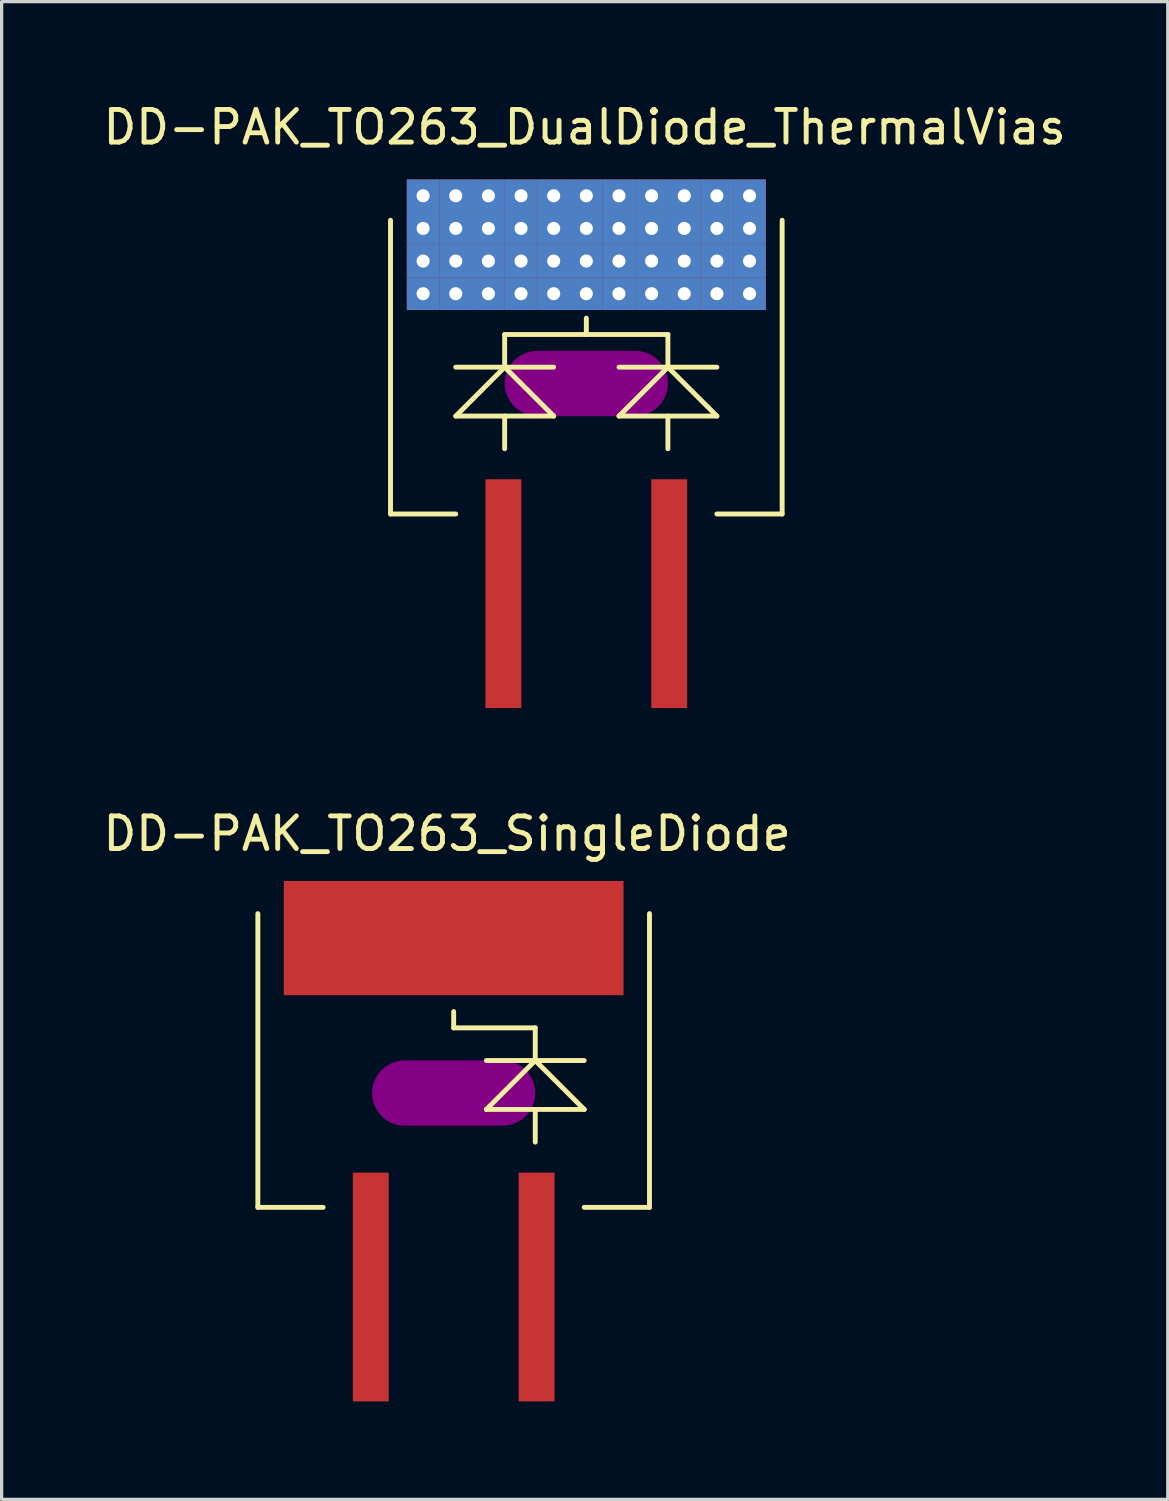
<source format=kicad_pcb>
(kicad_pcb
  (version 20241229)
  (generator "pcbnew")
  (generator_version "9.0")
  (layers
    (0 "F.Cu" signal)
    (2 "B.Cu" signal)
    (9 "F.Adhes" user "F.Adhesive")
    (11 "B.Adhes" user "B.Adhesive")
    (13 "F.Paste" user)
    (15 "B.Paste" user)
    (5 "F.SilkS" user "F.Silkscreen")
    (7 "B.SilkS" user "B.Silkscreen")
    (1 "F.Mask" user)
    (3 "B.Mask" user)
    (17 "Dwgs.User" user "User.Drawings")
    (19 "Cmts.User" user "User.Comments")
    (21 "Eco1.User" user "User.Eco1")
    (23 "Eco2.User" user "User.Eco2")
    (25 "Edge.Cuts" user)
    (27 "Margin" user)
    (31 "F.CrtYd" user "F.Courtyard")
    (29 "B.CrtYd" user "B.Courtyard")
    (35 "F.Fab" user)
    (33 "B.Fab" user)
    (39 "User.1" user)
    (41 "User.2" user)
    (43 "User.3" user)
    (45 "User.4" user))
  (footprint "DD-PAK_TO263_DualDiode_ThermalVias"
    (layer "F.Cu")
    (at 14.913 10.698)
    (property "Reference" "DD-PAK_TO263_DualDiode_ThermalVias" (at -0.05 -9.85 0) (layer "F.SilkS") (effects (font (size 1 1) (thickness 0.15))))
    (attr smd)
    (fp_line (start -5.5 -8.25) (end 5.5 -8.25) (stroke (width 0.45) (type solid)) (layer "F.Mask"))
    (fp_line (start -5.5 -4.25) (end -5.5 -8.25) (stroke (width 0.45) (type solid)) (layer "F.Mask"))
    (fp_line (start -5.25 -7.25) (end 5.25 -7.25) (stroke (width 0.45) (type solid)) (layer "F.Mask"))
    (fp_line (start -5.25 -6.25) (end 5.25 -6.25) (stroke (width 0.45) (type solid)) (layer "F.Mask"))
    (fp_line (start -5.25 -5.25) (end 5.25 -5.25) (stroke (width 0.45) (type solid)) (layer "F.Mask"))
    (fp_line (start -4.5 -8.05) (end -4.5 -4.5) (stroke (width 0.45) (type solid)) (layer "F.Mask"))
    (fp_line (start -3.5 -8.05) (end -3.5 -4.5) (stroke (width 0.45) (type solid)) (layer "F.Mask"))
    (fp_line (start -2.5 -8.05) (end -2.5 -4.5) (stroke (width 0.45) (type solid)) (layer "F.Mask"))
    (fp_line (start -1.5 -8.05) (end -1.5 -4.5) (stroke (width 0.45) (type solid)) (layer "F.Mask"))
    (fp_line (start -0.5 -8.05) (end -0.5 -4.5) (stroke (width 0.45) (type solid)) (layer "F.Mask"))
    (fp_line (start 0.5 -8.05) (end 0.5 -4.5) (stroke (width 0.45) (type solid)) (layer "F.Mask"))
    (fp_line (start 1.5 -8.05) (end 1.5 -4.5) (stroke (width 0.45) (type solid)) (layer "F.Mask"))
    (fp_line (start 2.5 -8.05) (end 2.5 -4.5) (stroke (width 0.45) (type solid)) (layer "F.Mask"))
    (fp_line (start 3.5 -8.05) (end 3.5 -4.5) (stroke (width 0.45) (type solid)) (layer "F.Mask"))
    (fp_line (start 4.5 -8.05) (end 4.5 -4.5) (stroke (width 0.45) (type solid)) (layer "F.Mask"))
    (fp_line (start 5.5 -8.25) (end 5.5 -4.25) (stroke (width 0.45) (type solid)) (layer "F.Mask"))
    (fp_line (start 5.5 -4.25) (end -5.5 -4.25) (stroke (width 0.45) (type solid)) (layer "F.Mask"))
    (fp_circle (center -5 -7.75) (end -4.9 -7.75) (stroke (width 0.215) (type solid)) (fill no) (layer "F.Mask"))
    (fp_circle (center -5 -6.75) (end -4.9 -6.75) (stroke (width 0.215) (type solid)) (fill no) (layer "F.Mask"))
    (fp_circle (center -5 -5.75) (end -4.9 -5.75) (stroke (width 0.215) (type solid)) (fill no) (layer "F.Mask"))
    (fp_circle (center -5 -4.75) (end -4.9 -4.75) (stroke (width 0.215) (type solid)) (fill no) (layer "F.Mask"))
    (fp_circle (center -4 -7.75) (end -3.9 -7.75) (stroke (width 0.215) (type solid)) (fill no) (layer "F.Mask"))
    (fp_circle (center -4 -6.75) (end -3.9 -6.75) (stroke (width 0.215) (type solid)) (fill no) (layer "F.Mask"))
    (fp_circle (center -4 -5.75) (end -3.9 -5.75) (stroke (width 0.215) (type solid)) (fill no) (layer "F.Mask"))
    (fp_circle (center -4 -4.75) (end -3.9 -4.75) (stroke (width 0.215) (type solid)) (fill no) (layer "F.Mask"))
    (fp_circle (center -3 -7.75) (end -2.9 -7.75) (stroke (width 0.215) (type solid)) (fill no) (layer "F.Mask"))
    (fp_circle (center -3 -6.75) (end -2.9 -6.75) (stroke (width 0.215) (type solid)) (fill no) (layer "F.Mask"))
    (fp_circle (center -3 -5.75) (end -2.9 -5.75) (stroke (width 0.215) (type solid)) (fill no) (layer "F.Mask"))
    (fp_circle (center -3 -4.75) (end -2.9 -4.75) (stroke (width 0.215) (type solid)) (fill no) (layer "F.Mask"))
    (fp_circle (center -2 -7.75) (end -1.9 -7.75) (stroke (width 0.215) (type solid)) (fill no) (layer "F.Mask"))
    (fp_circle (center -2 -6.75) (end -1.9 -6.75) (stroke (width 0.215) (type solid)) (fill no) (layer "F.Mask"))
    (fp_circle (center -2 -5.75) (end -1.9 -5.75) (stroke (width 0.215) (type solid)) (fill no) (layer "F.Mask"))
    (fp_circle (center -2 -4.75) (end -1.9 -4.75) (stroke (width 0.215) (type solid)) (fill no) (layer "F.Mask"))
    (fp_circle (center -1 -7.75) (end -0.9 -7.75) (stroke (width 0.215) (type solid)) (fill no) (layer "F.Mask"))
    (fp_circle (center -1 -6.75) (end -0.9 -6.75) (stroke (width 0.215) (type solid)) (fill no) (layer "F.Mask"))
    (fp_circle (center -1 -5.75) (end -0.9 -5.75) (stroke (width 0.215) (type solid)) (fill no) (layer "F.Mask"))
    (fp_circle (center -1 -4.75) (end -0.9 -4.75) (stroke (width 0.215) (type solid)) (fill no) (layer "F.Mask"))
    (fp_circle (center 0 -7.75) (end 0.1 -7.75) (stroke (width 0.215) (type solid)) (fill no) (layer "F.Mask"))
    (fp_circle (center 0 -6.75) (end 0.1 -6.75) (stroke (width 0.215) (type solid)) (fill no) (layer "F.Mask"))
    (fp_circle (center 0 -5.75) (end 0.1 -5.75) (stroke (width 0.215) (type solid)) (fill no) (layer "F.Mask"))
    (fp_circle (center 0 -4.75) (end 0.1 -4.75) (stroke (width 0.215) (type solid)) (fill no) (layer "F.Mask"))
    (fp_circle (center 1 -7.75) (end 1.1 -7.75) (stroke (width 0.215) (type solid)) (fill no) (layer "F.Mask"))
    (fp_circle (center 1 -6.75) (end 1.1 -6.75) (stroke (width 0.215) (type solid)) (fill no) (layer "F.Mask"))
    (fp_circle (center 1 -5.75) (end 1.1 -5.75) (stroke (width 0.215) (type solid)) (fill no) (layer "F.Mask"))
    (fp_circle (center 1 -4.75) (end 1.1 -4.75) (stroke (width 0.215) (type solid)) (fill no) (layer "F.Mask"))
    (fp_circle (center 2 -7.75) (end 2.1 -7.75) (stroke (width 0.215) (type solid)) (fill no) (layer "F.Mask"))
    (fp_circle (center 2 -6.75) (end 2.1 -6.75) (stroke (width 0.215) (type solid)) (fill no) (layer "F.Mask"))
    (fp_circle (center 2 -5.75) (end 2.1 -5.75) (stroke (width 0.215) (type solid)) (fill no) (layer "F.Mask"))
    (fp_circle (center 2 -4.75) (end 2.1 -4.75) (stroke (width 0.215) (type solid)) (fill no) (layer "F.Mask"))
    (fp_circle (center 3 -7.75) (end 3.1 -7.75) (stroke (width 0.215) (type solid)) (fill no) (layer "F.Mask"))
    (fp_circle (center 3 -6.75) (end 3.1 -6.75) (stroke (width 0.215) (type solid)) (fill no) (layer "F.Mask"))
    (fp_circle (center 3 -5.75) (end 3.1 -5.75) (stroke (width 0.215) (type solid)) (fill no) (layer "F.Mask"))
    (fp_circle (center 3 -4.75) (end 3.1 -4.75) (stroke (width 0.215) (type solid)) (fill no) (layer "F.Mask"))
    (fp_circle (center 4 -7.75) (end 4.1 -7.75) (stroke (width 0.215) (type solid)) (fill no) (layer "F.Mask"))
    (fp_circle (center 4 -6.75) (end 4.1 -6.75) (stroke (width 0.215) (type solid)) (fill no) (layer "F.Mask"))
    (fp_circle (center 4 -5.75) (end 4.1 -5.75) (stroke (width 0.215) (type solid)) (fill no) (layer "F.Mask"))
    (fp_circle (center 4 -4.75) (end 4.1 -4.75) (stroke (width 0.215) (type solid)) (fill no) (layer "F.Mask"))
    (fp_circle (center 5 -7.75) (end 5.1 -7.75) (stroke (width 0.215) (type solid)) (fill no) (layer "F.Mask"))
    (fp_circle (center 5 -6.75) (end 5.1 -6.75) (stroke (width 0.215) (type solid)) (fill no) (layer "F.Mask"))
    (fp_circle (center 5 -5.75) (end 5.1 -5.75) (stroke (width 0.215) (type solid)) (fill no) (layer "F.Mask"))
    (fp_circle (center 5 -4.75) (end 5.1 -4.75) (stroke (width 0.215) (type solid)) (fill no) (layer "F.Mask"))
    (fp_line (start -5.999 -7) (end -5.999 1.999) (stroke (width 0.15) (type solid)) (layer "F.SilkS"))
    (fp_line (start -5.999 1.999) (end -4 1.999) (stroke (width 0.15) (type solid)) (layer "F.SilkS"))
    (fp_line (start -4 -2.499) (end -1.001 -2.499) (stroke (width 0.15) (type solid)) (layer "F.SilkS"))
    (fp_line (start -4 -1.001) (end -1.001 -1.001) (stroke (width 0.15) (type solid)) (layer "F.SilkS"))
    (fp_line (start -2.502 -2.499) (end -4 -1.001) (stroke (width 0.15) (type solid)) (layer "F.SilkS"))
    (fp_line (start -2.502 -2.499) (end -2.502 -3.5) (stroke (width 0.15) (type solid)) (layer "F.SilkS"))
    (fp_line (start -2.502 -1.001) (end -2.502 0) (stroke (width 0.15) (type solid)) (layer "F.SilkS"))
    (fp_line (start -2.499 -3.5) (end 0 -3.5) (stroke (width 0.15) (type solid)) (layer "F.SilkS"))
    (fp_line (start -1.001 -1.001) (end -2.502 -2.499) (stroke (width 0.15) (type solid)) (layer "F.SilkS"))
    (fp_line (start 0 -3.5) (end 0 -4) (stroke (width 0.15) (type solid)) (layer "F.SilkS"))
    (fp_line (start 1.001 -2.499) (end 4 -2.499) (stroke (width 0.15) (type solid)) (layer "F.SilkS"))
    (fp_line (start 1.001 -1.001) (end 4 -1.001) (stroke (width 0.15) (type solid)) (layer "F.SilkS"))
    (fp_line (start 2.499 -3.5) (end 0 -3.5) (stroke (width 0.15) (type solid)) (layer "F.SilkS"))
    (fp_line (start 2.499 -2.499) (end 1.001 -1.001) (stroke (width 0.15) (type solid)) (layer "F.SilkS"))
    (fp_line (start 2.499 -2.499) (end 2.499 -3.5) (stroke (width 0.15) (type solid)) (layer "F.SilkS"))
    (fp_line (start 2.499 -1.001) (end 2.499 0) (stroke (width 0.15) (type solid)) (layer "F.SilkS"))
    (fp_line (start 4 -1.001) (end 2.499 -2.499) (stroke (width 0.15) (type solid)) (layer "F.SilkS"))
    (fp_line (start 4 1.999) (end 5.999 1.999) (stroke (width 0.15) (type solid)) (layer "F.SilkS"))
    (fp_line (start 5.999 1.999) (end 5.999 -7) (stroke (width 0.15) (type solid)) (layer "F.SilkS"))
    (fp_line (start -5.25 -7.25) (end 5.25 -7.25) (stroke (width 0.45) (type solid)) (layer "F.Paste"))
    (fp_line (start -5.25 -6.25) (end 5.25 -6.25) (stroke (width 0.45) (type solid)) (layer "F.Paste"))
    (fp_line (start -5.25 -5.25) (end 5.25 -5.25) (stroke (width 0.45) (type solid)) (layer "F.Paste"))
    (fp_line (start -4.5 -8.05) (end -4.5 -4.5) (stroke (width 0.45) (type solid)) (layer "F.Paste"))
    (fp_line (start -3.5 -8.05) (end -3.5 -4.5) (stroke (width 0.45) (type solid)) (layer "F.Paste"))
    (fp_line (start -2.5 -8.05) (end -2.5 -4.5) (stroke (width 0.45) (type solid)) (layer "F.Paste"))
    (fp_line (start -1.5 -8.05) (end -1.5 -4.5) (stroke (width 0.45) (type solid)) (layer "F.Paste"))
    (fp_line (start -0.5 -8.05) (end -0.5 -4.5) (stroke (width 0.45) (type solid)) (layer "F.Paste"))
    (fp_line (start 0.5 -8.05) (end 0.5 -4.5) (stroke (width 0.45) (type solid)) (layer "F.Paste"))
    (fp_line (start 1.5 -8.05) (end 1.5 -4.5) (stroke (width 0.45) (type solid)) (layer "F.Paste"))
    (fp_line (start 2.5 -8.05) (end 2.5 -4.5) (stroke (width 0.45) (type solid)) (layer "F.Paste"))
    (fp_line (start 3.5 -8.05) (end 3.5 -4.5) (stroke (width 0.45) (type solid)) (layer "F.Paste"))
    (fp_line (start 4.5 -8.05) (end 4.5 -4.5) (stroke (width 0.45) (type solid)) (layer "F.Paste"))
    (pad "" smd oval (at 0 -1.999) (size 5.001 1.999) (layers "F.Adhes"))
    (pad "1" smd rect (at -2.54 4.44) (size 1.1 7.01) (layers "F.Cu" "F.Mask" "F.Paste"))
    (pad "2" thru_hole rect (at -5 -7.75) (size 1 1) (drill 0.4) (layers "*.Cu" "B.Mask"))
    (pad "2" thru_hole rect (at -5 -6.75) (size 1 1) (drill 0.4) (layers "*.Cu" "B.Mask"))
    (pad "2" thru_hole rect (at -5 -5.75) (size 1 1) (drill 0.4) (layers "*.Cu" "B.Mask"))
    (pad "2" thru_hole rect (at -5 -4.75) (size 1 1) (drill 0.4) (layers "*.Cu" "B.Mask"))
    (pad "2" thru_hole rect (at -4 -7.75) (size 1 1) (drill 0.4) (layers "*.Cu" "B.Mask"))
    (pad "2" thru_hole rect (at -4 -6.75) (size 1 1) (drill 0.4) (layers "*.Cu" "B.Mask"))
    (pad "2" thru_hole rect (at -4 -5.75) (size 1 1) (drill 0.4) (layers "*.Cu" "B.Mask"))
    (pad "2" thru_hole rect (at -4 -4.75) (size 1 1) (drill 0.4) (layers "*.Cu" "B.Mask"))
    (pad "2" thru_hole rect (at -3 -7.75) (size 1 1) (drill 0.4) (layers "*.Cu" "B.Mask"))
    (pad "2" thru_hole rect (at -3 -6.75) (size 1 1) (drill 0.4) (layers "*.Cu" "B.Mask"))
    (pad "2" thru_hole rect (at -3 -5.75) (size 1 1) (drill 0.4) (layers "*.Cu" "B.Mask"))
    (pad "2" thru_hole rect (at -3 -4.75) (size 1 1) (drill 0.4) (layers "*.Cu" "B.Mask"))
    (pad "2" thru_hole rect (at -2 -7.75) (size 1 1) (drill 0.4) (layers "*.Cu" "B.Mask"))
    (pad "2" thru_hole rect (at -2 -6.75) (size 1 1) (drill 0.4) (layers "*.Cu" "B.Mask"))
    (pad "2" thru_hole rect (at -2 -5.75) (size 1 1) (drill 0.4) (layers "*.Cu" "B.Mask"))
    (pad "2" thru_hole rect (at -2 -4.75) (size 1 1) (drill 0.4) (layers "*.Cu" "B.Mask"))
    (pad "2" thru_hole rect (at -1 -7.75) (size 1 1) (drill 0.4) (layers "*.Cu" "B.Mask"))
    (pad "2" thru_hole rect (at -1 -6.75) (size 1 1) (drill 0.4) (layers "*.Cu" "B.Mask"))
    (pad "2" thru_hole rect (at -1 -5.75) (size 1 1) (drill 0.4) (layers "*.Cu" "B.Mask"))
    (pad "2" thru_hole rect (at -1 -4.75) (size 1 1) (drill 0.4) (layers "*.Cu" "B.Mask"))
    (pad "2" thru_hole rect (at 0 -7.75) (size 1 1) (drill 0.4) (layers "*.Cu" "B.Mask"))
    (pad "2" thru_hole rect (at 0 -6.75) (size 1 1) (drill 0.4) (layers "*.Cu" "B.Mask"))
    (pad "2" thru_hole rect (at 0 -5.75) (size 1 1) (drill 0.4) (layers "*.Cu" "B.Mask"))
    (pad "2" thru_hole rect (at 0 -4.75) (size 1 1) (drill 0.4) (layers "*.Cu" "B.Mask"))
    (pad "2" thru_hole rect (at 1 -7.75) (size 1 1) (drill 0.4) (layers "*.Cu" "B.Mask"))
    (pad "2" thru_hole rect (at 1 -6.75) (size 1 1) (drill 0.4) (layers "*.Cu" "B.Mask"))
    (pad "2" thru_hole rect (at 1 -5.75) (size 1 1) (drill 0.4) (layers "*.Cu" "B.Mask"))
    (pad "2" thru_hole rect (at 1 -4.75) (size 1 1) (drill 0.4) (layers "*.Cu" "B.Mask"))
    (pad "2" thru_hole rect (at 2 -7.75) (size 1 1) (drill 0.4) (layers "*.Cu" "B.Mask"))
    (pad "2" thru_hole rect (at 2 -6.75) (size 1 1) (drill 0.4) (layers "*.Cu" "B.Mask"))
    (pad "2" thru_hole rect (at 2 -5.75) (size 1 1) (drill 0.4) (layers "*.Cu" "B.Mask"))
    (pad "2" thru_hole rect (at 2 -4.75) (size 1 1) (drill 0.4) (layers "*.Cu" "B.Mask"))
    (pad "2" thru_hole rect (at 3 -7.75) (size 1 1) (drill 0.4) (layers "*.Cu" "B.Mask"))
    (pad "2" thru_hole rect (at 3 -6.75) (size 1 1) (drill 0.4) (layers "*.Cu" "B.Mask"))
    (pad "2" thru_hole rect (at 3 -5.75) (size 1 1) (drill 0.4) (layers "*.Cu" "B.Mask"))
    (pad "2" thru_hole rect (at 3 -4.75) (size 1 1) (drill 0.4) (layers "*.Cu" "B.Mask"))
    (pad "2" thru_hole rect (at 4 -7.75) (size 1 1) (drill 0.4) (layers "*.Cu" "B.Mask"))
    (pad "2" thru_hole rect (at 4 -6.75) (size 1 1) (drill 0.4) (layers "*.Cu" "B.Mask"))
    (pad "2" thru_hole rect (at 4 -5.75) (size 1 1) (drill 0.4) (layers "*.Cu" "B.Mask"))
    (pad "2" thru_hole rect (at 4 -4.75) (size 1 1) (drill 0.4) (layers "*.Cu" "B.Mask"))
    (pad "2" thru_hole rect (at 5 -7.75) (size 1 1) (drill 0.4) (layers "*.Cu" "B.Mask"))
    (pad "2" thru_hole rect (at 5 -6.75) (size 1 1) (drill 0.4) (layers "*.Cu" "B.Mask"))
    (pad "2" thru_hole rect (at 5 -5.75) (size 1 1) (drill 0.4) (layers "*.Cu" "B.Mask"))
    (pad "2" thru_hole rect (at 5 -4.75) (size 1 1) (drill 0.4) (layers "*.Cu" "B.Mask"))
    (pad "3" smd rect (at 2.54 4.44) (size 1.1 7.01) (layers "F.Cu" "F.Mask" "F.Paste")))
  (footprint "DD-PAK_TO263_SingleDiode"
    (layer "F.Cu")
    (at 10.849 31.94)
    (property "Reference" "DD-PAK_TO263_SingleDiode" (at -0.201 -9.449 0) (layer "F.SilkS") (effects (font (size 1 1) (thickness 0.15))))
    (attr smd)
    (fp_line (start -5.999 -7) (end -5.999 1.999) (stroke (width 0.15) (type solid)) (layer "F.SilkS"))
    (fp_line (start -5.999 1.999) (end -4 1.999) (stroke (width 0.15) (type solid)) (layer "F.SilkS"))
    (fp_line (start 0 -3.5) (end 0 -4) (stroke (width 0.15) (type solid)) (layer "F.SilkS"))
    (fp_line (start 1.001 -2.499) (end 4 -2.499) (stroke (width 0.15) (type solid)) (layer "F.SilkS"))
    (fp_line (start 1.001 -1.001) (end 4 -1.001) (stroke (width 0.15) (type solid)) (layer "F.SilkS"))
    (fp_line (start 2.499 -3.5) (end 0 -3.5) (stroke (width 0.15) (type solid)) (layer "F.SilkS"))
    (fp_line (start 2.499 -2.499) (end 1.001 -1.001) (stroke (width 0.15) (type solid)) (layer "F.SilkS"))
    (fp_line (start 2.499 -2.499) (end 2.499 -3.5) (stroke (width 0.15) (type solid)) (layer "F.SilkS"))
    (fp_line (start 2.499 -1.001) (end 2.499 0) (stroke (width 0.15) (type solid)) (layer "F.SilkS"))
    (fp_line (start 4 -1.001) (end 2.499 -2.499) (stroke (width 0.15) (type solid)) (layer "F.SilkS"))
    (fp_line (start 4 1.999) (end 5.999 1.999) (stroke (width 0.15) (type solid)) (layer "F.SilkS"))
    (fp_line (start 5.999 1.999) (end 5.999 -7) (stroke (width 0.15) (type solid)) (layer "F.SilkS"))
    (pad "" smd oval (at 0 -1.501) (size 5.001 1.999) (layers "F.Adhes"))
    (pad "1" smd rect (at -2.54 4.44) (size 1.1 7.01) (layers "F.Cu" "F.Mask" "F.Paste"))
    (pad "2" smd rect (at 0 -6.251) (size 10.409 3.5) (layers "F.Cu" "F.Mask" "F.Paste"))
    (pad "3" smd rect (at 2.54 4.44) (size 1.1 7.01) (layers "F.Cu" "F.Mask" "F.Paste")))
  (gr_rect
    (start -3 -3)
    (end 32.726 42.886)
    (stroke (width 0.1) (type default))
    (fill no)
    (layer "Edge.Cuts")))
</source>
